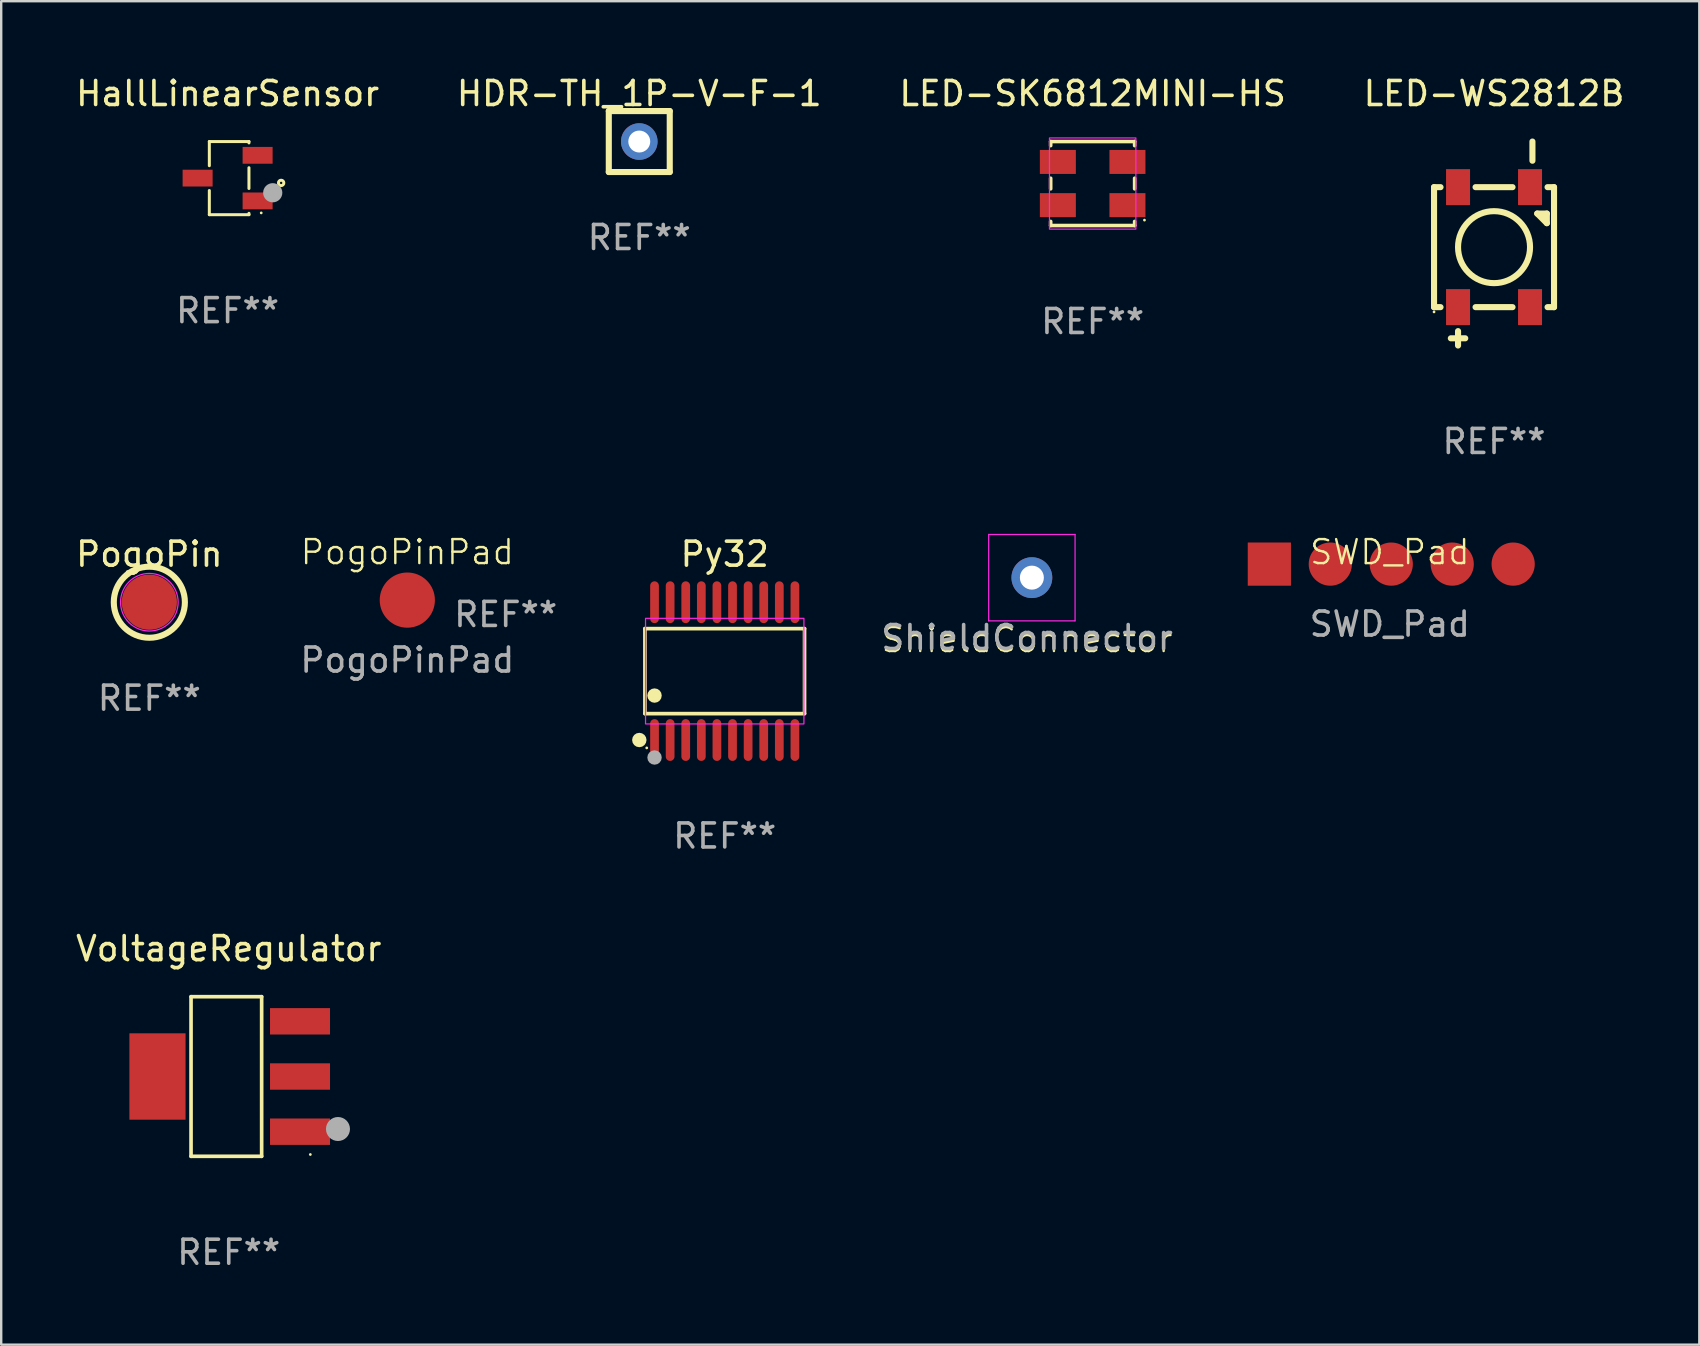
<source format=kicad_pcb>
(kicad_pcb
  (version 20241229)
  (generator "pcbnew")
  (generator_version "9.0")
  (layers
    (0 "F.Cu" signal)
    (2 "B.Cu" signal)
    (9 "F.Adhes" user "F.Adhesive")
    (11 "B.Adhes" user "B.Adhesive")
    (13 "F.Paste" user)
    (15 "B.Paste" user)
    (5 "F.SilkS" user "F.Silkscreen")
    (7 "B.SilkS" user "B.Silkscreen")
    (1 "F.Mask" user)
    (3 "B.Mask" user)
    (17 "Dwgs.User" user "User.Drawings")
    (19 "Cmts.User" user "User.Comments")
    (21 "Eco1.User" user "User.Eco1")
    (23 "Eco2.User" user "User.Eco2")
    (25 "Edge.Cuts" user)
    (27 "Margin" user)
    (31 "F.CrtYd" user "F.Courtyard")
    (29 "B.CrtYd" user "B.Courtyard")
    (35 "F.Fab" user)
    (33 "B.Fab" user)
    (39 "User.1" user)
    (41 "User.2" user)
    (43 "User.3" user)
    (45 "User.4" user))
  (footprint "Py32"
    (layer "F.Cu")
    (at 27.15 24.916)
    (property "Reference" "Py32" (at 0 -4.871 0) (layer "F.SilkS") (effects (font (size 1 1) (thickness 0.15))))
    (attr smd)
    (fp_line (start -3.326 -1.771) (end 3.326 -1.771) (stroke (width 0.152) (type solid)) (layer "F.SilkS"))
    (fp_line (start -3.326 1.771) (end -3.326 -1.771) (stroke (width 0.152) (type solid)) (layer "F.SilkS"))
    (fp_line (start 3.326 -1.771) (end 3.326 1.771) (stroke (width 0.152) (type solid)) (layer "F.SilkS"))
    (fp_line (start 3.326 1.771) (end -3.326 1.771) (stroke (width 0.152) (type solid)) (layer "F.SilkS"))
    (fp_circle (center -3.559 2.871) (end -3.409 2.871) (stroke (width 0.3) (type solid)) (fill no) (layer "F.SilkS"))
    (fp_circle (center -3.25 3.2) (end -3.22 3.2) (stroke (width 0.06) (type solid)) (fill no) (layer "F.SilkS"))
    (fp_circle (center -2.925 1.019) (end -2.775 1.019) (stroke (width 0.3) (type solid)) (fill no) (layer "F.SilkS"))
    (fp_rect (start -3.3 -2.2) (end 3.3 2.2) (stroke (width 0.05) (type default)) (fill no) (layer "F.CrtYd"))
    (fp_circle (center -2.925 3.6) (end -2.775 3.6) (stroke (width 0.3) (type solid)) (fill no) (layer "F.Fab"))
    (fp_text user "REF**" (at 0 6.871 0) (layer "F.Fab") (effects (font (size 1 1) (thickness 0.15))))
    (pad "1" smd oval (at -2.925 2.871) (size 0.364 1.742) (layers "F.Cu" "F.Mask" "F.Paste"))
    (pad "2" smd oval (at -2.275 2.871) (size 0.364 1.742) (layers "F.Cu" "F.Mask" "F.Paste"))
    (pad "3" smd oval (at -1.625 2.871) (size 0.364 1.742) (layers "F.Cu" "F.Mask" "F.Paste"))
    (pad "4" smd oval (at -0.975 2.871) (size 0.364 1.742) (layers "F.Cu" "F.Mask" "F.Paste"))
    (pad "5" smd oval (at -0.325 2.871) (size 0.364 1.742) (layers "F.Cu" "F.Mask" "F.Paste"))
    (pad "6" smd oval (at 0.325 2.871) (size 0.364 1.742) (layers "F.Cu" "F.Mask" "F.Paste"))
    (pad "7" smd oval (at 0.975 2.871) (size 0.364 1.742) (layers "F.Cu" "F.Mask" "F.Paste"))
    (pad "8" smd oval (at 1.625 2.871) (size 0.364 1.742) (layers "F.Cu" "F.Mask" "F.Paste"))
    (pad "9" smd oval (at 2.275 2.871) (size 0.364 1.742) (layers "F.Cu" "F.Mask" "F.Paste"))
    (pad "10" smd oval (at 2.925 2.871) (size 0.364 1.742) (layers "F.Cu" "F.Mask" "F.Paste"))
    (pad "11" smd oval (at 2.925 -2.871) (size 0.364 1.742) (layers "F.Cu" "F.Mask" "F.Paste"))
    (pad "12" smd oval (at 2.275 -2.871) (size 0.364 1.742) (layers "F.Cu" "F.Mask" "F.Paste"))
    (pad "13" smd oval (at 1.625 -2.871) (size 0.364 1.742) (layers "F.Cu" "F.Mask" "F.Paste"))
    (pad "14" smd oval (at 0.975 -2.871) (size 0.364 1.742) (layers "F.Cu" "F.Mask" "F.Paste"))
    (pad "15" smd oval (at 0.325 -2.871) (size 0.364 1.742) (layers "F.Cu" "F.Mask" "F.Paste"))
    (pad "16" smd oval (at -0.325 -2.871) (size 0.364 1.742) (layers "F.Cu" "F.Mask" "F.Paste"))
    (pad "17" smd oval (at -0.975 -2.871) (size 0.364 1.742) (layers "F.Cu" "F.Mask" "F.Paste"))
    (pad "18" smd oval (at -1.625 -2.871) (size 0.364 1.742) (layers "F.Cu" "F.Mask" "F.Paste"))
    (pad "19" smd oval (at -2.275 -2.871) (size 0.364 1.742) (layers "F.Cu" "F.Mask" "F.Paste"))
    (pad "20" smd oval (at -2.925 -2.871) (size 0.364 1.742) (layers "F.Cu" "F.Mask" "F.Paste")))
  (footprint "HallLinearSensor"
    (layer "F.Cu")
    (at 6.435 4.372)
    (property "Reference" "HallLinearSensor" (at 0 -3.524 0) (layer "F.SilkS") (effects (font (size 1 1) (thickness 0.15))))
    (attr smd)
    (fp_line (start -0.762 -1.524) (end 0.889 -1.524) (stroke (width 0.125) (type solid)) (layer "F.SilkS"))
    (fp_line (start -0.762 -0.517) (end -0.762 -1.524) (stroke (width 0.125) (type solid)) (layer "F.SilkS"))
    (fp_line (start -0.762 1.524) (end -0.762 0.517) (stroke (width 0.125) (type solid)) (layer "F.SilkS"))
    (fp_line (start 0.889 -1.524) (end 0.889 -1.467) (stroke (width 0.125) (type solid)) (layer "F.SilkS"))
    (fp_line (start 0.889 -0.433) (end 0.889 0.433) (stroke (width 0.125) (type solid)) (layer "F.SilkS"))
    (fp_line (start 0.889 1.467) (end 0.889 1.524) (stroke (width 0.125) (type solid)) (layer "F.SilkS"))
    (fp_line (start 0.889 1.524) (end -0.762 1.524) (stroke (width 0.125) (type solid)) (layer "F.SilkS"))
    (fp_circle (center 1.4 1.45) (end 1.43 1.45) (stroke (width 0.06) (type solid)) (fill no) (layer "F.SilkS"))
    (fp_circle (center 2.23 0.2) (end 2.28 0.2) (stroke (width 0.125) (type solid)) (fill no) (layer "F.SilkS"))
    (fp_circle (center 1.88 0.61) (end 2.08 0.61) (stroke (width 0.4) (type solid)) (fill no) (layer "F.Fab"))
    (fp_text user "REF**" (at 0 5.524 0) (layer "F.Fab") (effects (font (size 1 1) (thickness 0.15))))
    (pad "1" smd rect (at 1.25 0.95 270) (size 0.7 1.25) (layers "F.Cu" "F.Mask" "F.Paste"))
    (pad "2" smd rect (at -1.25 0 270) (size 0.7 1.25) (layers "F.Cu" "F.Mask" "F.Paste"))
    (pad "3" smd rect (at 1.25 -0.95 270) (size 0.7 1.25) (layers "F.Cu" "F.Mask" "F.Paste")))
  (footprint "PogoPin"
    (layer "F.Cu")
    (at 3.173 22.045)
    (property "Reference" "PogoPin" (at 0 -2 0) (layer "F.SilkS") (effects (font (size 1 1) (thickness 0.15))))
    (attr smd)
    (fp_circle (center 0 0) (end 1.481 0) (stroke (width 0.254) (type solid)) (fill no) (layer "F.SilkS"))
    (fp_circle (center 1 -1) (end 1.03 -1) (stroke (width 0.06) (type solid)) (fill no) (layer "F.SilkS"))
    (fp_circle (center 0 0) (end 1.2 0) (stroke (width 0.05) (type default)) (fill no) (layer "F.CrtYd"))
    (fp_text user "REF**" (at 0 4 0) (layer "F.Fab") (effects (font (size 1 1) (thickness 0.15))))
    (pad "1" smd circle (at 0 0) (size 2.3 2.3) (layers "F.Cu" "F.Mask" "F.Paste")))
  (footprint "LED-SK6812MINI-HS"
    (layer "F.Cu")
    (at 42.482 4.598)
    (property "Reference" "LED-SK6812MINI-HS" (at 0.000064 -3.75 0) (layer "F.SilkS") (effects (font (size 1 1) (thickness 0.15))))
    (attr smd)
    (fp_line (start -1.75 -1.58) (end -1.75 -1.75) (stroke (width 0.152) (type solid)) (layer "F.SilkS"))
    (fp_line (start -1.75 0.22) (end -1.75 -0.22) (stroke (width 0.152) (type solid)) (layer "F.SilkS"))
    (fp_line (start -1.75 1.75) (end -1.75 1.58) (stroke (width 0.152) (type solid)) (layer "F.SilkS"))
    (fp_line (start 1.75 -1.75) (end -1.75 -1.75) (stroke (width 0.152) (type solid)) (layer "F.SilkS"))
    (fp_line (start 1.75 -1.58) (end 1.75 -1.75) (stroke (width 0.152) (type solid)) (layer "F.SilkS"))
    (fp_line (start 1.75 0.22) (end 1.75 -0.22) (stroke (width 0.152) (type solid)) (layer "F.SilkS"))
    (fp_line (start 1.75 1.75) (end -1.75 1.75) (stroke (width 0.152) (type solid)) (layer "F.SilkS"))
    (fp_line (start 1.75 1.75) (end 1.75 1.58) (stroke (width 0.152) (type solid)) (layer "F.SilkS"))
    (fp_circle (center 2.159 1.524) (end 2.189 1.524) (stroke (width 0.06) (type solid)) (fill no) (layer "F.SilkS"))
    (fp_rect (start -1.8 -1.9) (end 1.8 1.9) (stroke (width 0.05) (type default)) (fill no) (layer "F.CrtYd"))
    (fp_text user "REF**" (at 0.000064 5.75 0) (layer "F.Fab") (effects (font (size 1 1) (thickness 0.15))))
    (pad "1" smd rect (at 1.45 0.9 180) (size 1.5 1) (layers "F.Cu" "F.Mask" "F.Paste"))
    (pad "2" smd rect (at 1.45 -0.9 180) (size 1.5 1) (layers "F.Cu" "F.Mask" "F.Paste"))
    (pad "3" smd rect (at -1.45 -0.9 180) (size 1.5 1) (layers "F.Cu" "F.Mask" "F.Paste"))
    (pad "4" smd rect (at -1.45 0.9 180) (size 1.5 1) (layers "F.Cu" "F.Mask" "F.Paste")))
  (footprint "PogoPinPad"
    (layer "F.Cu")
    (at 13.923 21.957)
    (property "Reference" "PogoPinPad" (at 0 -2 0) (unlocked yes) (layer "F.SilkS") (effects (font (size 1 1) (thickness 0.1))))
    (attr smd)
    (fp_text user "REF**" (at 4.1 0.6 0) (layer "F.Fab") (effects (font (size 1 1) (thickness 0.15))))
    (fp_text user "${REFERENCE}" (at 0 2.5 0) (unlocked yes) (layer "F.Fab") (effects (font (size 1 1) (thickness 0.15))))
    (pad "1" smd circle (at 0 0) (size 2.3 2.3) (layers "F.Cu" "F.Mask" "F.Paste")))
  (footprint "ShieldConnector"
    (layer "F.Cu")
    (at 39.749 21.021)
    (property "Reference" "ShieldConnector" (at 0 2.6 0) (unlocked yes) (layer "F.SilkS") (effects (font (size 1 1) (thickness 0.1))))
    (attr through_hole)
    (fp_line (start -1.6 -1.8) (end -1.6 1.8) (stroke (width 0.05) (type solid)) (layer "F.CrtYd"))
    (fp_line (start -1.6 1.8) (end 2 1.8) (stroke (width 0.05) (type solid)) (layer "F.CrtYd"))
    (fp_line (start 2 -1.8) (end -1.6 -1.8) (stroke (width 0.05) (type solid)) (layer "F.CrtYd"))
    (fp_line (start 2 1.8) (end 2 -1.8) (stroke (width 0.05) (type solid)) (layer "F.CrtYd"))
    (fp_text user "${REFERENCE}" (at 0 2.5 0) (unlocked yes) (layer "F.Fab") (effects (font (size 1 1) (thickness 0.15))))
    (pad "1" thru_hole circle (at 0.2 0 270) (size 1.7 1.7) (drill 1) (layers "*.Cu" "*.Mask")))
  (footprint "VoltageRegulator"
    (layer "F.Cu")
    (at 6.482 41.809)
    (property "Reference" "VoltageRegulator" (at -0.000013 -5.326 0) (layer "F.SilkS") (effects (font (size 1 1) (thickness 0.15))))
    (attr smd)
    (fp_line (start -1.571 -3.326) (end 1.371 -3.326) (stroke (width 0.152) (type solid)) (layer "F.SilkS"))
    (fp_line (start -1.571 3.326) (end -1.571 -3.326) (stroke (width 0.152) (type solid)) (layer "F.SilkS"))
    (fp_line (start 1.371 -3.326) (end 1.371 3.326) (stroke (width 0.152) (type solid)) (layer "F.SilkS"))
    (fp_line (start 1.371 3.326) (end -1.571 3.326) (stroke (width 0.152) (type solid)) (layer "F.SilkS"))
    (fp_circle (center 3.4 3.25) (end 3.43 3.25) (stroke (width 0.06) (type solid)) (fill no) (layer "F.SilkS"))
    (fp_circle (center 4.552 2.188) (end 4.802 2.188) (stroke (width 0.5) (type solid)) (fill no) (layer "F.Fab"))
    (fp_text user "REF**" (at -0.000013 7.326 0) (layer "F.Fab") (effects (font (size 1 1) (thickness 0.15))))
    (pad "1" smd rect (at 2.97 2.3) (size 2.5 1.1) (layers "F.Cu" "F.Mask" "F.Paste"))
    (pad "2" smd rect (at 2.97 0) (size 2.5 1.1) (layers "F.Cu" "F.Mask" "F.Paste"))
    (pad "3" smd rect (at 2.97 -2.3) (size 2.5 1.1) (layers "F.Cu" "F.Mask" "F.Paste"))
    (pad "4" smd rect (at -2.97 0) (size 2.34 3.6) (layers "F.Cu" "F.Mask" "F.Paste")))
  (footprint "HDR-TH_1P-V-F-1"
    (layer "F.Cu")
    (at 23.589 2.848)
    (property "Reference" "HDR-TH_1P-V-F-1" (at 0 -2 0) (layer "F.SilkS") (effects (font (size 1 1) (thickness 0.15))))
    (attr through_hole)
    (fp_line (start -1.27 -1.27) (end -1.27 1.27) (stroke (width 0.254) (type solid)) (layer "F.SilkS"))
    (fp_line (start -1.27 1.27) (end 1.27 1.27) (stroke (width 0.254) (type solid)) (layer "F.SilkS"))
    (fp_line (start 1.27 -1.27) (end -1.27 -1.27) (stroke (width 0.254) (type solid)) (layer "F.SilkS"))
    (fp_line (start 1.27 1.27) (end 1.27 -1.27) (stroke (width 0.254) (type solid)) (layer "F.SilkS"))
    (fp_circle (center 1.27 -1.27) (end 1.3 -1.27) (stroke (width 0.06) (type solid)) (fill no) (layer "F.SilkS"))
    (fp_text user "REF**" (at 0 4 0) (layer "F.Fab") (effects (font (size 1 1) (thickness 0.15))))
    (pad "1" thru_hole circle (at 0 0) (size 1.524 1.524) (drill 0.914) (layers "*.Cu" "*.Mask")))
  (footprint "SWD_Pad"
    (layer "F.Cu")
    (at 54.865 20.457)
    (property "Reference" "SWD_Pad" (at 0 -0.5 0) (unlocked yes) (layer "F.SilkS") (effects (font (size 1 1) (thickness 0.1))))
    (attr smd)
    (fp_text user "${REFERENCE}" (at 0 2.5 0) (unlocked yes) (layer "F.Fab") (effects (font (size 1 1) (thickness 0.15))))
    (pad "1" smd rect (at -5.02 0) (size 1.8 1.8) (layers "F.Cu" "F.Mask" "F.Paste"))
    (pad "2" smd circle (at -2.48 0) (size 1.8 1.8) (layers "F.Cu" "F.Mask" "F.Paste"))
    (pad "3" smd circle (at 0.06 0) (size 1.8 1.8) (layers "F.Cu" "F.Mask" "F.Paste"))
    (pad "4" smd circle (at 2.6 0) (size 1.8 1.8) (layers "F.Cu" "F.Mask" "F.Paste"))
    (pad "5" smd circle (at 5.14 0) (size 1.8 1.8) (layers "F.Cu" "F.Mask" "F.Paste")))
  (footprint "LED-WS2812B"
    (layer "F.Cu")
    (at 59.208 7.248)
    (property "Reference" "LED-WS2812B" (at 0.000127 -6.4 0) (layer "F.SilkS") (effects (font (size 1 1) (thickness 0.15))))
    (attr smd)
    (fp_line (start -2.5 -2.499) (end -2.23 -2.499) (stroke (width 0.254) (type solid)) (layer "F.SilkS"))
    (fp_line (start -2.5 2.501) (end -2.5 -2.499) (stroke (width 0.254) (type solid)) (layer "F.SilkS"))
    (fp_line (start -2.5 2.501) (end -2.23 2.501) (stroke (width 0.254) (type solid)) (layer "F.SilkS"))
    (fp_line (start -1.8 3.8) (end -1.2 3.8) (stroke (width 0.254) (type solid)) (layer "F.SilkS"))
    (fp_line (start -1.5 4.1) (end -1.5 3.5) (stroke (width 0.254) (type solid)) (layer "F.SilkS"))
    (fp_line (start -0.77 -2.499) (end 0.77 -2.499) (stroke (width 0.254) (type solid)) (layer "F.SilkS"))
    (fp_line (start -0.77 2.501) (end 0.77 2.501) (stroke (width 0.254) (type solid)) (layer "F.SilkS"))
    (fp_line (start 1.6 -4.4) (end 1.6 -3.6) (stroke (width 0.254) (type solid)) (layer "F.SilkS"))
    (fp_line (start 1.8 -1.399) (end 2.2 -1.399) (stroke (width 0.254) (type solid)) (layer "F.SilkS"))
    (fp_line (start 2.2 -0.999) (end 1.8 -1.399) (stroke (width 0.254) (type solid)) (layer "F.SilkS"))
    (fp_line (start 2.2 -1.399) (end 2.2 -0.999) (stroke (width 0.254) (type solid)) (layer "F.SilkS"))
    (fp_line (start 2.23 -2.499) (end 2.5 -2.499) (stroke (width 0.254) (type solid)) (layer "F.SilkS"))
    (fp_line (start 2.23 2.501) (end 2.5 2.501) (stroke (width 0.254) (type solid)) (layer "F.SilkS"))
    (fp_line (start 2.5 2.501) (end 2.5 -2.499) (stroke (width 0.254) (type solid)) (layer "F.SilkS"))
    (fp_circle (center -2.5 2.7) (end -2.47 2.7) (stroke (width 0.06) (type solid)) (fill no) (layer "F.SilkS"))
    (fp_circle (center 0 0.001) (end 1.5 0.001) (stroke (width 0.254) (type solid)) (fill no) (layer "F.SilkS"))
    (fp_text user "REF**" (at 0.000127 8.1 0) (layer "F.Fab") (effects (font (size 1 1) (thickness 0.15))))
    (pad "1" smd rect (at -1.5 2.5 90) (size 1.5 1) (layers "F.Cu" "F.Mask" "F.Paste"))
    (pad "2" smd rect (at 1.5 2.5 90) (size 1.5 1) (layers "F.Cu" "F.Mask" "F.Paste"))
    (pad "3" smd rect (at 1.5 -2.5 90) (size 1.5 1) (layers "F.Cu" "F.Mask" "F.Paste"))
    (pad "4" smd rect (at -1.5 -2.5 90) (size 1.5 1) (layers "F.Cu" "F.Mask" "F.Paste")))
  (gr_rect
    (start -3 -3)
    (end 67.762 52.984)
    (stroke (width 0.1) (type default))
    (fill no)
    (layer "Edge.Cuts")))
</source>
